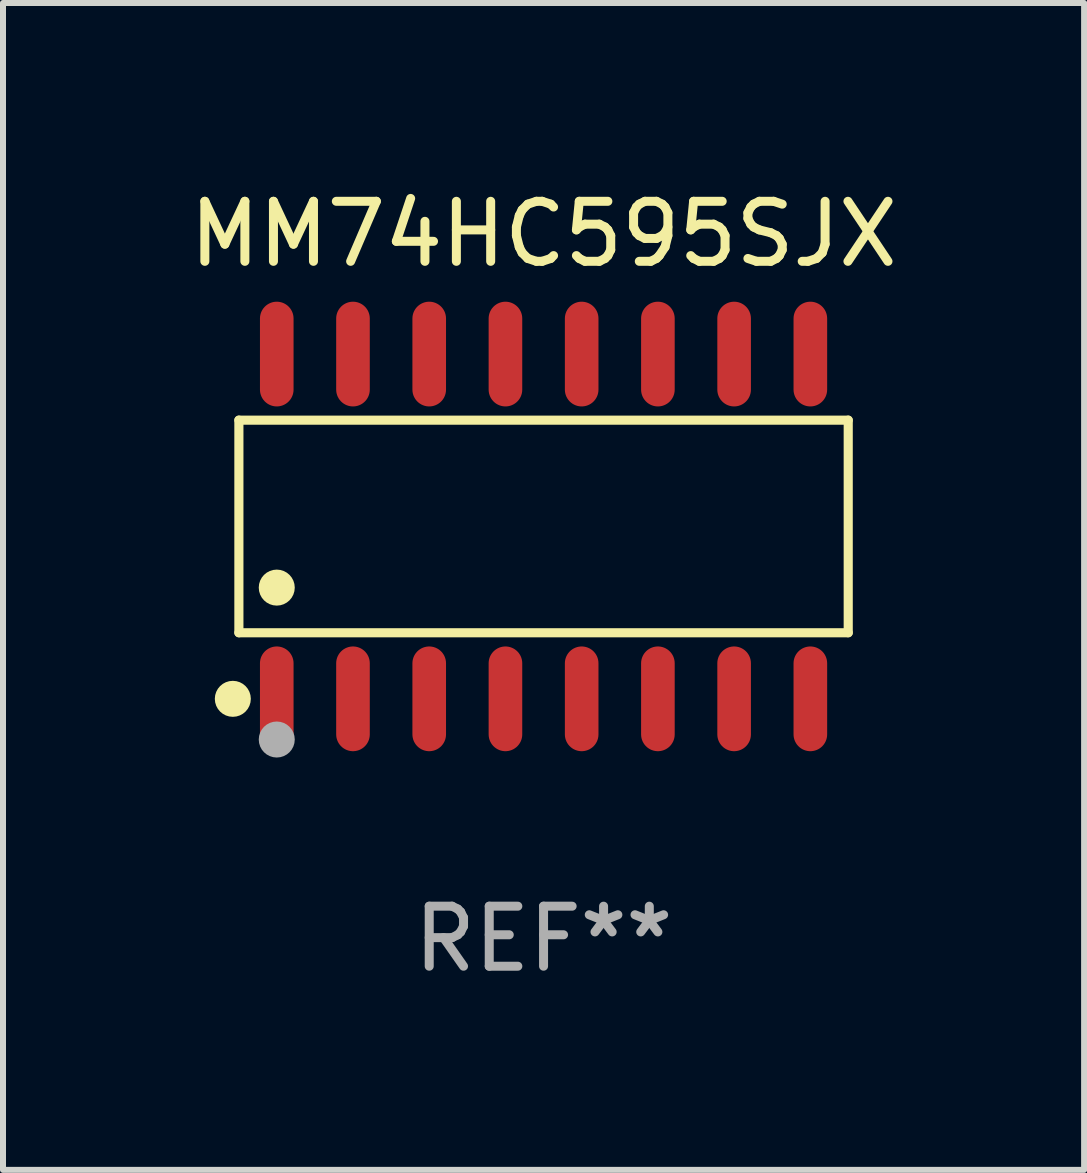
<source format=kicad_pcb>
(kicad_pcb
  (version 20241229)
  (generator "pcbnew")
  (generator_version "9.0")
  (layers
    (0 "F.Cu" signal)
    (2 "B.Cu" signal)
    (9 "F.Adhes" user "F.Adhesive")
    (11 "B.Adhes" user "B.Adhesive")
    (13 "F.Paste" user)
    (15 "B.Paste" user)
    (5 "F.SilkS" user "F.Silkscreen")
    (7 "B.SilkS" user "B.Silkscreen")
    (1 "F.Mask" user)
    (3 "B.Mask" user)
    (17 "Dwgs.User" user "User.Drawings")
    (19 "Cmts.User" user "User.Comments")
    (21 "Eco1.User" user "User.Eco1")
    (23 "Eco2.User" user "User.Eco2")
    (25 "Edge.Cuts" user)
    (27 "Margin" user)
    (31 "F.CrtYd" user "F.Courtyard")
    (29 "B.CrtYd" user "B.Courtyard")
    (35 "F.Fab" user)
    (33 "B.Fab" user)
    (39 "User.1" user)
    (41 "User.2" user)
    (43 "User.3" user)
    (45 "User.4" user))
  (footprint "MM74HC595SJX"
    (layer "F.Cu")
    (at 6.006 5.721)
    (property "Reference" "MM74HC595SJX" (at 0 -4.872 0) (layer "F.SilkS") (effects (font (size 1 1) (thickness 0.15))))
    (attr through_hole)
    (fp_line (start -5.076 -1.771) (end 5.076 -1.771) (stroke (width 0.152) (type solid)) (layer "F.SilkS"))
    (fp_line (start -5.076 1.771) (end -5.076 -1.771) (stroke (width 0.152) (type solid)) (layer "F.SilkS"))
    (fp_line (start 5.076 -1.771) (end 5.076 1.771) (stroke (width 0.152) (type solid)) (layer "F.SilkS"))
    (fp_line (start 5.076 1.771) (end -5.076 1.771) (stroke (width 0.152) (type solid)) (layer "F.SilkS"))
    (fp_circle (center -5.177 2.872) (end -5.027 2.872) (stroke (width 0.3) (type solid)) (fill no) (layer "F.SilkS"))
    (fp_circle (center -5.1 3) (end -5.07 3) (stroke (width 0.06) (type solid)) (fill no) (layer "F.SilkS"))
    (fp_circle (center -4.445 1.019) (end -4.295 1.019) (stroke (width 0.3) (type solid)) (fill no) (layer "F.SilkS"))
    (fp_circle (center -4.445 3.55) (end -4.295 3.55) (stroke (width 0.3) (type solid)) (fill no) (layer "F.Fab"))
    (fp_text user "REF**" (at 0 6.872 0) (layer "F.Fab") (effects (font (size 1 1) (thickness 0.15))))
    (pad "1" smd oval (at -4.445 2.872) (size 0.56 1.745) (layers "F.Cu" "F.Mask" "F.Paste"))
    (pad "2" smd oval (at -3.175 2.872) (size 0.56 1.745) (layers "F.Cu" "F.Mask" "F.Paste"))
    (pad "3" smd oval (at -1.905 2.872) (size 0.56 1.745) (layers "F.Cu" "F.Mask" "F.Paste"))
    (pad "4" smd oval (at -0.635 2.872) (size 0.56 1.745) (layers "F.Cu" "F.Mask" "F.Paste"))
    (pad "5" smd oval (at 0.635 2.872) (size 0.56 1.745) (layers "F.Cu" "F.Mask" "F.Paste"))
    (pad "6" smd oval (at 1.905 2.872) (size 0.56 1.745) (layers "F.Cu" "F.Mask" "F.Paste"))
    (pad "7" smd oval (at 3.175 2.872) (size 0.56 1.745) (layers "F.Cu" "F.Mask" "F.Paste"))
    (pad "8" smd oval (at 4.445 2.872) (size 0.56 1.745) (layers "F.Cu" "F.Mask" "F.Paste"))
    (pad "9" smd oval (at 4.445 -2.872) (size 0.56 1.745) (layers "F.Cu" "F.Mask" "F.Paste"))
    (pad "10" smd oval (at 3.175 -2.872) (size 0.56 1.745) (layers "F.Cu" "F.Mask" "F.Paste"))
    (pad "11" smd oval (at 1.905 -2.872) (size 0.56 1.745) (layers "F.Cu" "F.Mask" "F.Paste"))
    (pad "12" smd oval (at 0.635 -2.872) (size 0.56 1.745) (layers "F.Cu" "F.Mask" "F.Paste"))
    (pad "13" smd oval (at -0.635 -2.872) (size 0.56 1.745) (layers "F.Cu" "F.Mask" "F.Paste"))
    (pad "14" smd oval (at -1.905 -2.872) (size 0.56 1.745) (layers "F.Cu" "F.Mask" "F.Paste"))
    (pad "15" smd oval (at -3.175 -2.872) (size 0.56 1.745) (layers "F.Cu" "F.Mask" "F.Paste"))
    (pad "16" smd oval (at -4.445 -2.872) (size 0.56 1.745) (layers "F.Cu" "F.Mask" "F.Paste")))
  (gr_rect
    (start -3 -3)
    (end 15.012 16.441)
    (stroke (width 0.1) (type default))
    (fill no)
    (layer "Edge.Cuts")))
</source>
